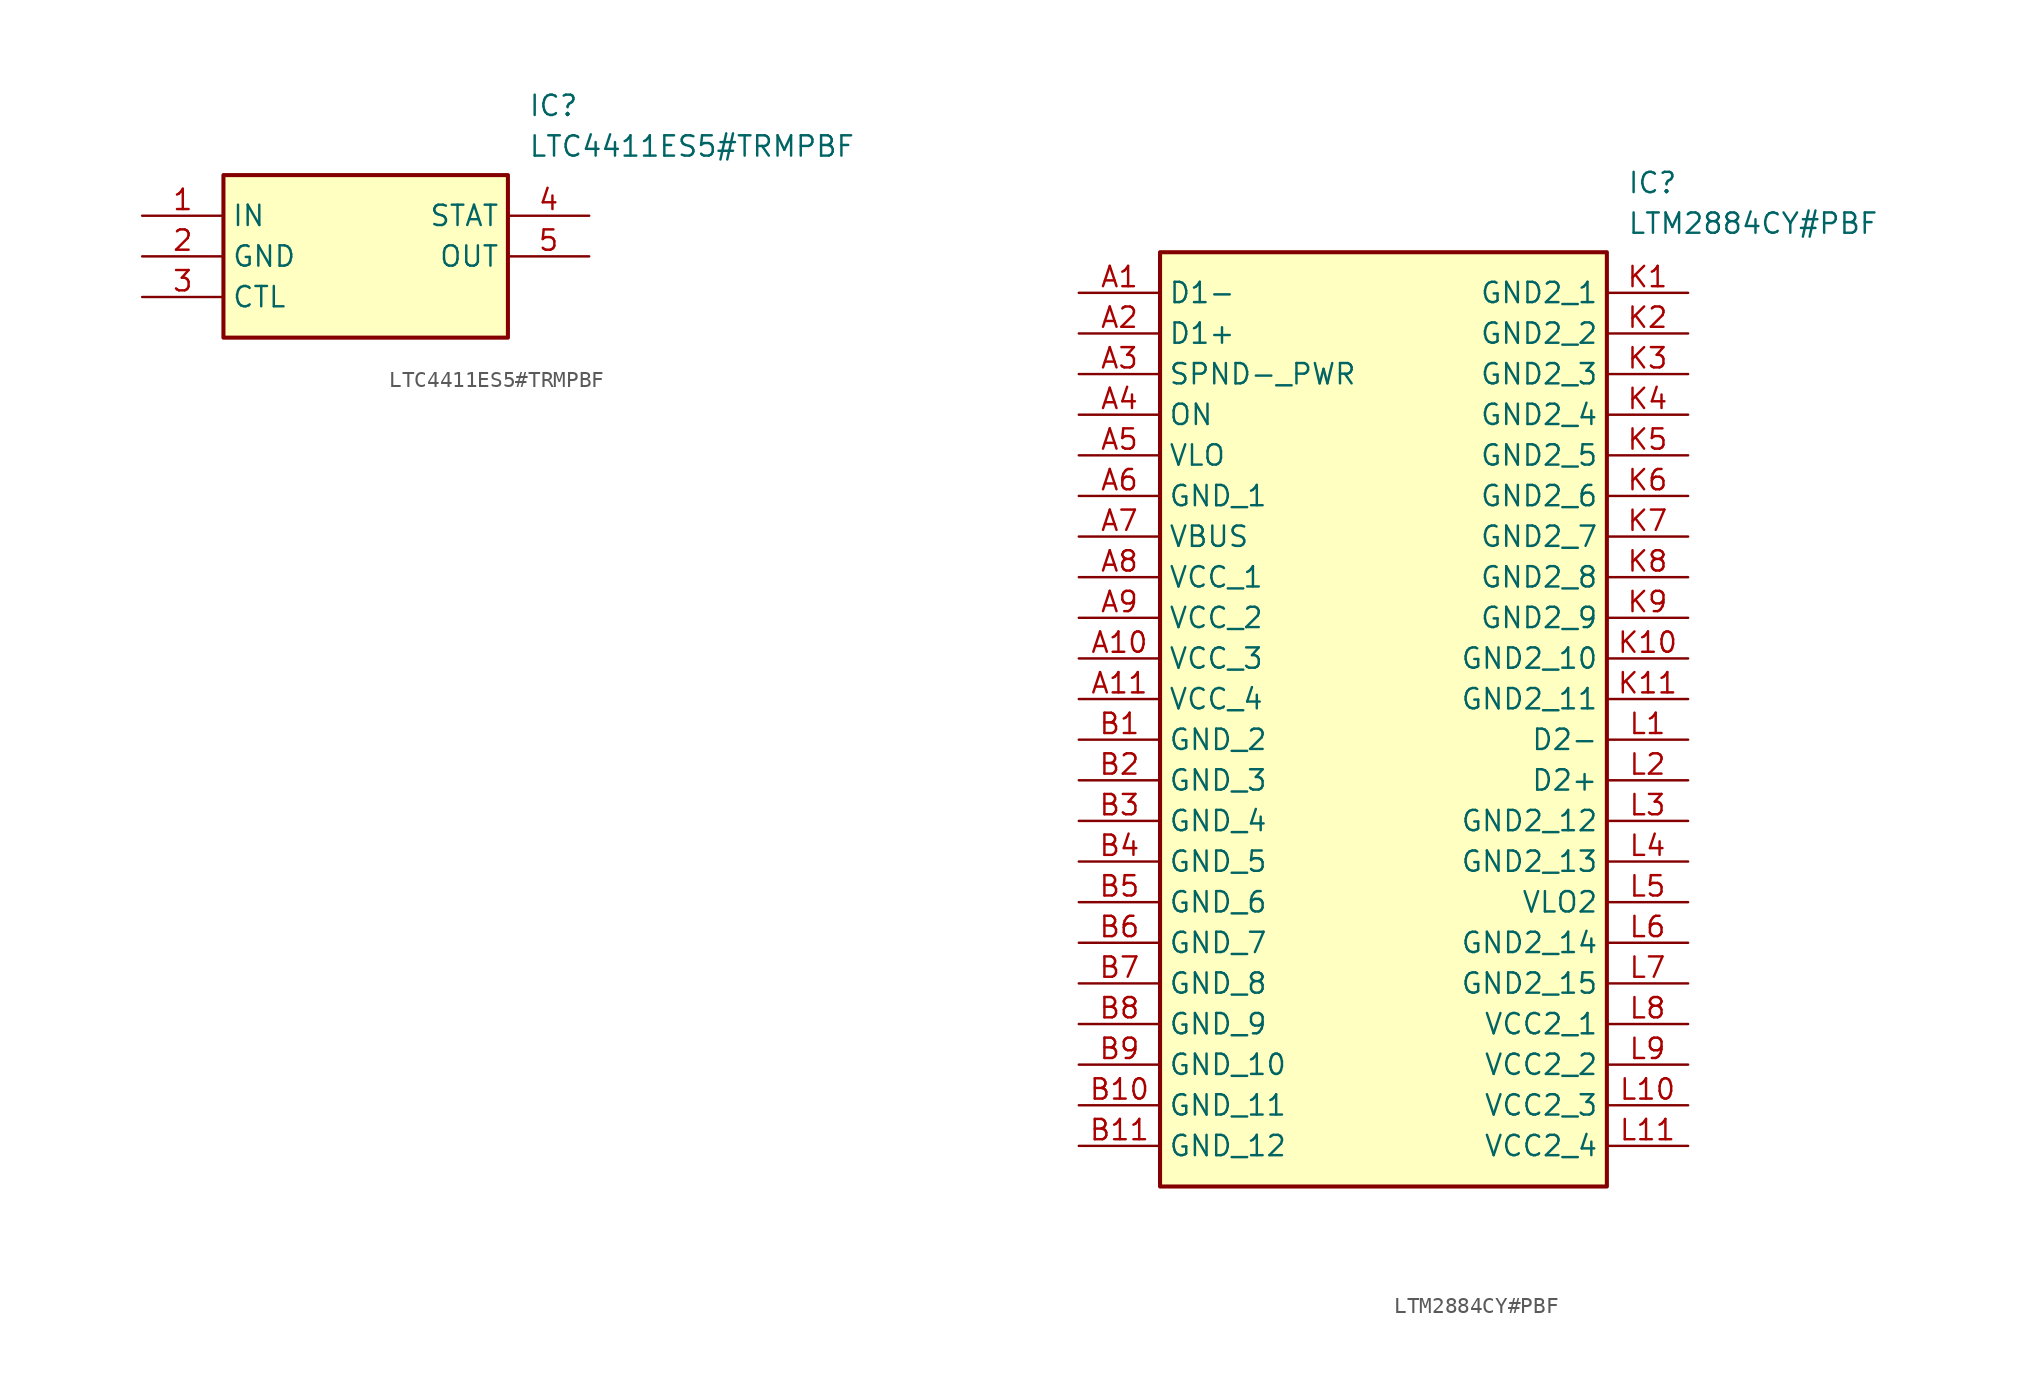
<source format=kicad_sym>
(kicad_symbol_lib
  (version 20220914)
  (generator SamacSys_ECAD_Model)
  (symbol "LTC4411ES5#TRMPBF"
    (property "Reference" "IC"
      (at 24.13 7.62 0)
      (effects (font (size 1.27 1.27)) (justify left top)))
    (property "Value" "LTC4411ES5#TRMPBF"
      (at 24.13 5.08 0)
      (effects (font (size 1.27 1.27)) (justify left top)))
    (rectangle
      (start 5.08 2.54)
      (end 22.86 -7.62)
      (stroke (width 0.254) (type default))
      (fill (type background)))
    (pin input line
      (at 0 0 0)
      (length 5.08)
      (name "IN" (effects (font (size 1.27 1.27))))
      (number "1" (effects (font (size 1.27 1.27)))))
    (pin power_in line
      (at 0 -2.54 0)
      (length 5.08)
      (name "GND" (effects (font (size 1.27 1.27))))
      (number "2" (effects (font (size 1.27 1.27)))))
    (pin passive line
      (at 0 -5.08 0)
      (length 5.08)
      (name "CTL" (effects (font (size 1.27 1.27))))
      (number "3" (effects (font (size 1.27 1.27)))))
    (pin passive line
      (at 27.94 0 180)
      (length 5.08)
      (name "STAT" (effects (font (size 1.27 1.27))))
      (number "4" (effects (font (size 1.27 1.27)))))
    (pin output line
      (at 27.94 -2.54 180)
      (length 5.08)
      (name "OUT" (effects (font (size 1.27 1.27))))
      (number "5" (effects (font (size 1.27 1.27))))))
  (symbol "LTM2884CY#PBF"
    (property "Reference" "IC"
      (at 34.29 7.62 0)
      (effects (font (size 1.27 1.27)) (justify left top)))
    (property "Value" "LTM2884CY#PBF"
      (at 34.29 5.08 0)
      (effects (font (size 1.27 1.27)) (justify left top)))
    (rectangle
      (start 5.08 2.54)
      (end 33.02 -55.88)
      (stroke (width 0.254) (type default))
      (fill (type background)))
    (pin passive line
      (at 0 0 0)
      (length 5.08)
      (name "D1-" (effects (font (size 1.27 1.27))))
      (number "A1" (effects (font (size 1.27 1.27)))))
    (pin passive line
      (at 0 -2.54 0)
      (length 5.08)
      (name "D1+" (effects (font (size 1.27 1.27))))
      (number "A2" (effects (font (size 1.27 1.27)))))
    (pin passive line
      (at 0 -5.08 0)
      (length 5.08)
      (name "SPND-_PWR" (effects (font (size 1.27 1.27))))
      (number "A3" (effects (font (size 1.27 1.27)))))
    (pin passive line
      (at 0 -7.62 0)
      (length 5.08)
      (name "ON" (effects (font (size 1.27 1.27))))
      (number "A4" (effects (font (size 1.27 1.27)))))
    (pin passive line
      (at 0 -10.16 0)
      (length 5.08)
      (name "VLO" (effects (font (size 1.27 1.27))))
      (number "A5" (effects (font (size 1.27 1.27)))))
    (pin passive line
      (at 0 -12.7 0)
      (length 5.08)
      (name "GND_1" (effects (font (size 1.27 1.27))))
      (number "A6" (effects (font (size 1.27 1.27)))))
    (pin passive line
      (at 0 -15.24 0)
      (length 5.08)
      (name "VBUS" (effects (font (size 1.27 1.27))))
      (number "A7" (effects (font (size 1.27 1.27)))))
    (pin passive line
      (at 0 -17.78 0)
      (length 5.08)
      (name "VCC_1" (effects (font (size 1.27 1.27))))
      (number "A8" (effects (font (size 1.27 1.27)))))
    (pin passive line
      (at 0 -20.32 0)
      (length 5.08)
      (name "VCC_2" (effects (font (size 1.27 1.27))))
      (number "A9" (effects (font (size 1.27 1.27)))))
    (pin passive line
      (at 0 -22.86 0)
      (length 5.08)
      (name "VCC_3" (effects (font (size 1.27 1.27))))
      (number "A10" (effects (font (size 1.27 1.27)))))
    (pin passive line
      (at 0 -25.4 0)
      (length 5.08)
      (name "VCC_4" (effects (font (size 1.27 1.27))))
      (number "A11" (effects (font (size 1.27 1.27)))))
    (pin passive line
      (at 0 -27.94 0)
      (length 5.08)
      (name "GND_2" (effects (font (size 1.27 1.27))))
      (number "B1" (effects (font (size 1.27 1.27)))))
    (pin passive line
      (at 0 -30.48 0)
      (length 5.08)
      (name "GND_3" (effects (font (size 1.27 1.27))))
      (number "B2" (effects (font (size 1.27 1.27)))))
    (pin passive line
      (at 0 -33.02 0)
      (length 5.08)
      (name "GND_4" (effects (font (size 1.27 1.27))))
      (number "B3" (effects (font (size 1.27 1.27)))))
    (pin passive line
      (at 0 -35.56 0)
      (length 5.08)
      (name "GND_5" (effects (font (size 1.27 1.27))))
      (number "B4" (effects (font (size 1.27 1.27)))))
    (pin passive line
      (at 0 -38.1 0)
      (length 5.08)
      (name "GND_6" (effects (font (size 1.27 1.27))))
      (number "B5" (effects (font (size 1.27 1.27)))))
    (pin passive line
      (at 0 -40.64 0)
      (length 5.08)
      (name "GND_7" (effects (font (size 1.27 1.27))))
      (number "B6" (effects (font (size 1.27 1.27)))))
    (pin passive line
      (at 0 -43.18 0)
      (length 5.08)
      (name "GND_8" (effects (font (size 1.27 1.27))))
      (number "B7" (effects (font (size 1.27 1.27)))))
    (pin passive line
      (at 0 -45.72 0)
      (length 5.08)
      (name "GND_9" (effects (font (size 1.27 1.27))))
      (number "B8" (effects (font (size 1.27 1.27)))))
    (pin passive line
      (at 0 -48.26 0)
      (length 5.08)
      (name "GND_10" (effects (font (size 1.27 1.27))))
      (number "B9" (effects (font (size 1.27 1.27)))))
    (pin passive line
      (at 0 -50.8 0)
      (length 5.08)
      (name "GND_11" (effects (font (size 1.27 1.27))))
      (number "B10" (effects (font (size 1.27 1.27)))))
    (pin passive line
      (at 0 -53.34 0)
      (length 5.08)
      (name "GND_12" (effects (font (size 1.27 1.27))))
      (number "B11" (effects (font (size 1.27 1.27)))))
    (pin passive line
      (at 38.1 0 180)
      (length 5.08)
      (name "GND2_1" (effects (font (size 1.27 1.27))))
      (number "K1" (effects (font (size 1.27 1.27)))))
    (pin passive line
      (at 38.1 -2.54 180)
      (length 5.08)
      (name "GND2_2" (effects (font (size 1.27 1.27))))
      (number "K2" (effects (font (size 1.27 1.27)))))
    (pin passive line
      (at 38.1 -5.08 180)
      (length 5.08)
      (name "GND2_3" (effects (font (size 1.27 1.27))))
      (number "K3" (effects (font (size 1.27 1.27)))))
    (pin passive line
      (at 38.1 -7.62 180)
      (length 5.08)
      (name "GND2_4" (effects (font (size 1.27 1.27))))
      (number "K4" (effects (font (size 1.27 1.27)))))
    (pin passive line
      (at 38.1 -10.16 180)
      (length 5.08)
      (name "GND2_5" (effects (font (size 1.27 1.27))))
      (number "K5" (effects (font (size 1.27 1.27)))))
    (pin passive line
      (at 38.1 -12.7 180)
      (length 5.08)
      (name "GND2_6" (effects (font (size 1.27 1.27))))
      (number "K6" (effects (font (size 1.27 1.27)))))
    (pin passive line
      (at 38.1 -15.24 180)
      (length 5.08)
      (name "GND2_7" (effects (font (size 1.27 1.27))))
      (number "K7" (effects (font (size 1.27 1.27)))))
    (pin passive line
      (at 38.1 -17.78 180)
      (length 5.08)
      (name "GND2_8" (effects (font (size 1.27 1.27))))
      (number "K8" (effects (font (size 1.27 1.27)))))
    (pin passive line
      (at 38.1 -20.32 180)
      (length 5.08)
      (name "GND2_9" (effects (font (size 1.27 1.27))))
      (number "K9" (effects (font (size 1.27 1.27)))))
    (pin passive line
      (at 38.1 -22.86 180)
      (length 5.08)
      (name "GND2_10" (effects (font (size 1.27 1.27))))
      (number "K10" (effects (font (size 1.27 1.27)))))
    (pin passive line
      (at 38.1 -25.4 180)
      (length 5.08)
      (name "GND2_11" (effects (font (size 1.27 1.27))))
      (number "K11" (effects (font (size 1.27 1.27)))))
    (pin passive line
      (at 38.1 -27.94 180)
      (length 5.08)
      (name "D2-" (effects (font (size 1.27 1.27))))
      (number "L1" (effects (font (size 1.27 1.27)))))
    (pin passive line
      (at 38.1 -30.48 180)
      (length 5.08)
      (name "D2+" (effects (font (size 1.27 1.27))))
      (number "L2" (effects (font (size 1.27 1.27)))))
    (pin passive line
      (at 38.1 -33.02 180)
      (length 5.08)
      (name "GND2_12" (effects (font (size 1.27 1.27))))
      (number "L3" (effects (font (size 1.27 1.27)))))
    (pin passive line
      (at 38.1 -35.56 180)
      (length 5.08)
      (name "GND2_13" (effects (font (size 1.27 1.27))))
      (number "L4" (effects (font (size 1.27 1.27)))))
    (pin passive line
      (at 38.1 -38.1 180)
      (length 5.08)
      (name "VLO2" (effects (font (size 1.27 1.27))))
      (number "L5" (effects (font (size 1.27 1.27)))))
    (pin passive line
      (at 38.1 -40.64 180)
      (length 5.08)
      (name "GND2_14" (effects (font (size 1.27 1.27))))
      (number "L6" (effects (font (size 1.27 1.27)))))
    (pin passive line
      (at 38.1 -43.18 180)
      (length 5.08)
      (name "GND2_15" (effects (font (size 1.27 1.27))))
      (number "L7" (effects (font (size 1.27 1.27)))))
    (pin passive line
      (at 38.1 -45.72 180)
      (length 5.08)
      (name "VCC2_1" (effects (font (size 1.27 1.27))))
      (number "L8" (effects (font (size 1.27 1.27)))))
    (pin passive line
      (at 38.1 -48.26 180)
      (length 5.08)
      (name "VCC2_2" (effects (font (size 1.27 1.27))))
      (number "L9" (effects (font (size 1.27 1.27)))))
    (pin passive line
      (at 38.1 -50.8 180)
      (length 5.08)
      (name "VCC2_3" (effects (font (size 1.27 1.27))))
      (number "L10" (effects (font (size 1.27 1.27)))))
    (pin passive line
      (at 38.1 -53.34 180)
      (length 5.08)
      (name "VCC2_4" (effects (font (size 1.27 1.27))))
      (number "L11" (effects (font (size 1.27 1.27)))))))
</source>
